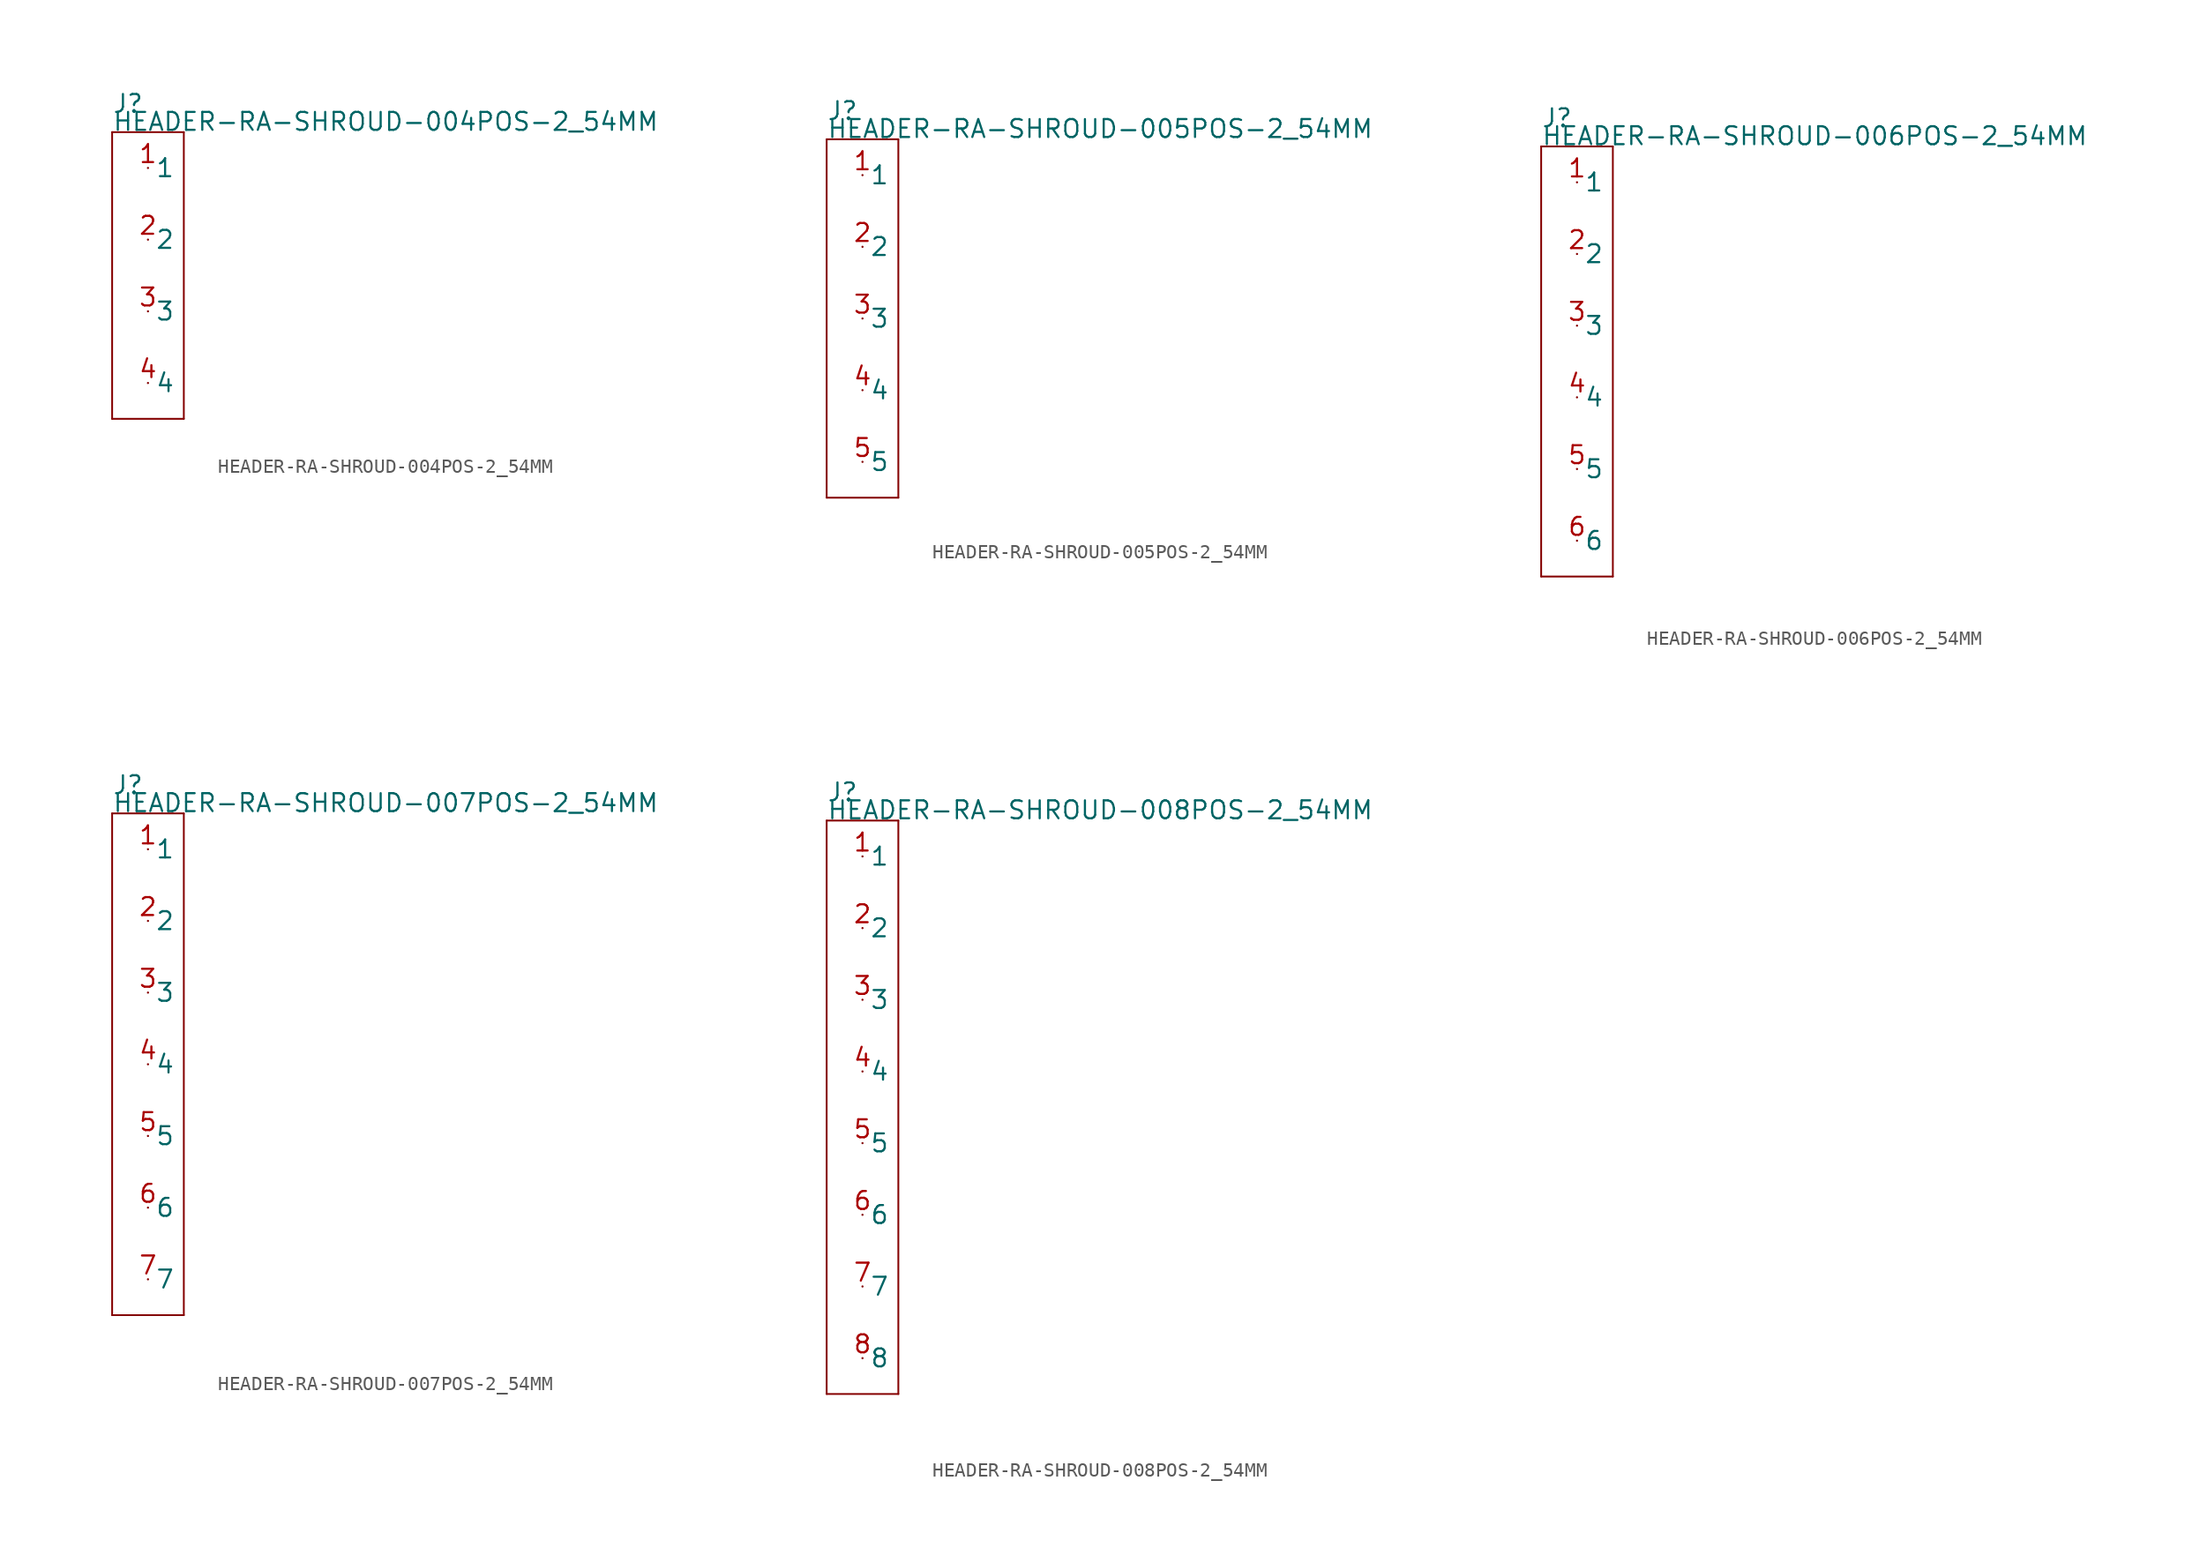
<source format=kicad_sym>
(kicad_symbol_lib
  (version 20211014)
  (generator kicad_symbol_editor)
  (symbol "HEADER-RA-SHROUD-004POS-2_54MM"
    (pin_names)
    (property "Reference" "J"
      (at -2.54 11.43 0)
      (effects (font (size 1.27 1.27)) (justify left bottom)))
    (property "Value" "HEADER-RA-SHROUD-004POS-2_54MM"
      (at -2.54 10.16 0)
      (effects (font (size 1.27 1.27)) (justify left bottom)))
    (property "Datasheet" ""
      (at 0 0 0))
    (property "ki_description" "Header RA Shroud 4POS  - Header Right Angle with Shroud 4POS 2.54MM Technical Specifications: Pitch: 0.1\" (2.54mm) "
      (at 0 0 0))
    (property "ki_fp_filters" "FlashPCB_Connectors:HEADER-RA-SHROUD-004POS-THT-2_54MM FlashPCB_Connectors:HEADER-RA-SHROUD-004POS-THT-LONG-2_54MM"
      (at 0 0 0))
    (symbol "HEADER-RA-SHROUD-004POS-2_54MM_1_1"
      (polyline (pts (xy -2.54 10.16) (xy 2.54 10.16)) (stroke (width 0.127)) (fill (type none)))
      (polyline (pts (xy 2.54 10.16) (xy 2.54 -10.16)) (stroke (width 0.127)) (fill (type none)))
      (polyline (pts (xy 2.54 -10.16) (xy -2.54 -10.16)) (stroke (width 0.127)) (fill (type none)))
      (polyline (pts (xy -2.54 -10.16) (xy -2.54 10.16)) (stroke (width 0.127)) (fill (type none)))
      (pin bidirectional line (at 0 7.62 0) (length 0) (name "1" (effects (font (size 1.27 1.27)))) (number "1" (effects (font (size 1.27 1.27)))))
      (pin bidirectional line (at 0 2.54 0) (length 0) (name "2" (effects (font (size 1.27 1.27)))) (number "2" (effects (font (size 1.27 1.27)))))
      (pin bidirectional line (at 0 -2.54 0) (length 0) (name "3" (effects (font (size 1.27 1.27)))) (number "3" (effects (font (size 1.27 1.27)))))
      (pin bidirectional line (at 0 -7.62 0) (length 0) (name "4" (effects (font (size 1.27 1.27)))) (number "4" (effects (font (size 1.27 1.27)))))))
  (symbol "HEADER-RA-SHROUD-005POS-2_54MM"
    (pin_names)
    (property "Reference" "J"
      (at -2.54 13.97 0)
      (effects (font (size 1.27 1.27)) (justify left bottom)))
    (property "Value" "HEADER-RA-SHROUD-005POS-2_54MM"
      (at -2.54 12.7 0)
      (effects (font (size 1.27 1.27)) (justify left bottom)))
    (property "Datasheet" ""
      (at 0 0 0))
    (property "ki_description" "Header RA Shroud 5POS  - Header Right Angle with Shroud 5POS 2.54MM Technical Specifications: Pitch: 0.1\" (2.54mm) "
      (at 0 0 0))
    (property "ki_fp_filters" "FlashPCB_Connectors:HEADER-RA-SHROUD-005POS-THT-2_54MM FlashPCB_Connectors:HEADER-RA-SHROUD-005POS-THT-LONG-2_54MM"
      (at 0 0 0))
    (symbol "HEADER-RA-SHROUD-005POS-2_54MM_1_1"
      (polyline (pts (xy -2.54 12.7) (xy 2.54 12.7)) (stroke (width 0.127)) (fill (type none)))
      (polyline (pts (xy 2.54 12.7) (xy 2.54 -12.7)) (stroke (width 0.127)) (fill (type none)))
      (polyline (pts (xy 2.54 -12.7) (xy -2.54 -12.7)) (stroke (width 0.127)) (fill (type none)))
      (polyline (pts (xy -2.54 -12.7) (xy -2.54 12.7)) (stroke (width 0.127)) (fill (type none)))
      (pin bidirectional line (at 0 10.16 0) (length 0) (name "1" (effects (font (size 1.27 1.27)))) (number "1" (effects (font (size 1.27 1.27)))))
      (pin bidirectional line (at 0 5.08 0) (length 0) (name "2" (effects (font (size 1.27 1.27)))) (number "2" (effects (font (size 1.27 1.27)))))
      (pin bidirectional line (at 0 0 0) (length 0) (name "3" (effects (font (size 1.27 1.27)))) (number "3" (effects (font (size 1.27 1.27)))))
      (pin bidirectional line (at 0 -5.08 0) (length 0) (name "4" (effects (font (size 1.27 1.27)))) (number "4" (effects (font (size 1.27 1.27)))))
      (pin bidirectional line (at 0 -10.16 0) (length 0) (name "5" (effects (font (size 1.27 1.27)))) (number "5" (effects (font (size 1.27 1.27)))))))
  (symbol "HEADER-RA-SHROUD-006POS-2_54MM"
    (pin_names)
    (property "Reference" "J"
      (at -2.54 16.51 0)
      (effects (font (size 1.27 1.27)) (justify left bottom)))
    (property "Value" "HEADER-RA-SHROUD-006POS-2_54MM"
      (at -2.54 15.24 0)
      (effects (font (size 1.27 1.27)) (justify left bottom)))
    (property "Datasheet" ""
      (at 0 0 0))
    (property "ki_description" "Header RA Shroud 6POS  - Header Right Angle with Shroud 6POS 2.54MM Technical Specifications: Pitch: 0.1\" (2.54mm) "
      (at 0 0 0))
    (property "ki_fp_filters" "FlashPCB_Connectors:HEADER-RA-SHROUD-006POS-THT-2_54MM FlashPCB_Connectors:HEADER-RA-SHROUD-006POS-THT-LONG-2_54MM"
      (at 0 0 0))
    (symbol "HEADER-RA-SHROUD-006POS-2_54MM_1_1"
      (polyline (pts (xy -2.54 15.24) (xy 2.54 15.24)) (stroke (width 0.127)) (fill (type none)))
      (polyline (pts (xy 2.54 15.24) (xy 2.54 -15.24)) (stroke (width 0.127)) (fill (type none)))
      (polyline (pts (xy 2.54 -15.24) (xy -2.54 -15.24)) (stroke (width 0.127)) (fill (type none)))
      (polyline (pts (xy -2.54 -15.24) (xy -2.54 15.24)) (stroke (width 0.127)) (fill (type none)))
      (pin bidirectional line (at 0 12.7 0) (length 0) (name "1" (effects (font (size 1.27 1.27)))) (number "1" (effects (font (size 1.27 1.27)))))
      (pin bidirectional line (at 0 7.62 0) (length 0) (name "2" (effects (font (size 1.27 1.27)))) (number "2" (effects (font (size 1.27 1.27)))))
      (pin bidirectional line (at 0 2.54 0) (length 0) (name "3" (effects (font (size 1.27 1.27)))) (number "3" (effects (font (size 1.27 1.27)))))
      (pin bidirectional line (at 0 -2.54 0) (length 0) (name "4" (effects (font (size 1.27 1.27)))) (number "4" (effects (font (size 1.27 1.27)))))
      (pin bidirectional line (at 0 -7.62 0) (length 0) (name "5" (effects (font (size 1.27 1.27)))) (number "5" (effects (font (size 1.27 1.27)))))
      (pin bidirectional line (at 0 -12.7 0) (length 0) (name "6" (effects (font (size 1.27 1.27)))) (number "6" (effects (font (size 1.27 1.27)))))))
  (symbol "HEADER-RA-SHROUD-007POS-2_54MM"
    (pin_names)
    (property "Reference" "J"
      (at -2.54 19.05 0)
      (effects (font (size 1.27 1.27)) (justify left bottom)))
    (property "Value" "HEADER-RA-SHROUD-007POS-2_54MM"
      (at -2.54 17.78 0)
      (effects (font (size 1.27 1.27)) (justify left bottom)))
    (property "Datasheet" ""
      (at 0 0 0))
    (property "ki_description" "Header RA Shroud 7POS  - Header Right Angle with Shroud 7POS 2.54MM Technical Specifications: Pitch: 0.1\" (2.54mm) "
      (at 0 0 0))
    (property "ki_fp_filters" "FlashPCB_Connectors:HEADER-RA-SHROUD-007POS-THT-2_54MM FlashPCB_Connectors:HEADER-RA-SHROUD-007POS-THT-LONG-2_54MM"
      (at 0 0 0))
    (symbol "HEADER-RA-SHROUD-007POS-2_54MM_1_1"
      (polyline (pts (xy -2.54 17.78) (xy 2.54 17.78)) (stroke (width 0.127)) (fill (type none)))
      (polyline (pts (xy 2.54 17.78) (xy 2.54 -17.78)) (stroke (width 0.127)) (fill (type none)))
      (polyline (pts (xy 2.54 -17.78) (xy -2.54 -17.78)) (stroke (width 0.127)) (fill (type none)))
      (polyline (pts (xy -2.54 -17.78) (xy -2.54 17.78)) (stroke (width 0.127)) (fill (type none)))
      (pin bidirectional line (at 0 15.24 0) (length 0) (name "1" (effects (font (size 1.27 1.27)))) (number "1" (effects (font (size 1.27 1.27)))))
      (pin bidirectional line (at 0 10.16 0) (length 0) (name "2" (effects (font (size 1.27 1.27)))) (number "2" (effects (font (size 1.27 1.27)))))
      (pin bidirectional line (at 0 5.08 0) (length 0) (name "3" (effects (font (size 1.27 1.27)))) (number "3" (effects (font (size 1.27 1.27)))))
      (pin bidirectional line (at 0 0 0) (length 0) (name "4" (effects (font (size 1.27 1.27)))) (number "4" (effects (font (size 1.27 1.27)))))
      (pin bidirectional line (at 0 -5.08 0) (length 0) (name "5" (effects (font (size 1.27 1.27)))) (number "5" (effects (font (size 1.27 1.27)))))
      (pin bidirectional line (at 0 -10.16 0) (length 0) (name "6" (effects (font (size 1.27 1.27)))) (number "6" (effects (font (size 1.27 1.27)))))
      (pin bidirectional line (at 0 -15.24 0) (length 0) (name "7" (effects (font (size 1.27 1.27)))) (number "7" (effects (font (size 1.27 1.27)))))))
  (symbol "HEADER-RA-SHROUD-008POS-2_54MM"
    (pin_names)
    (property "Reference" "J"
      (at -2.54 21.59 0)
      (effects (font (size 1.27 1.27)) (justify left bottom)))
    (property "Value" "HEADER-RA-SHROUD-008POS-2_54MM"
      (at -2.54 20.32 0)
      (effects (font (size 1.27 1.27)) (justify left bottom)))
    (property "Datasheet" ""
      (at 0 0 0))
    (property "ki_description" "Header RA Shroud 8POS  - Header Right Angle with Shroud 8POS 2.54MM Technical Specifications: Pitch: 0.1\" (2.54mm) "
      (at 0 0 0))
    (property "ki_fp_filters" "FlashPCB_Connectors:HEADER-RA-SHROUD-008POS-THT-2_54MM FlashPCB_Connectors:HEADER-RA-SHROUD-008POS-THT-LONG-2_54MM"
      (at 0 0 0))
    (symbol "HEADER-RA-SHROUD-008POS-2_54MM_1_1"
      (polyline (pts (xy -2.54 20.32) (xy 2.54 20.32)) (stroke (width 0.127)) (fill (type none)))
      (polyline (pts (xy 2.54 20.32) (xy 2.54 -20.32)) (stroke (width 0.127)) (fill (type none)))
      (polyline (pts (xy 2.54 -20.32) (xy -2.54 -20.32)) (stroke (width 0.127)) (fill (type none)))
      (polyline (pts (xy -2.54 -20.32) (xy -2.54 20.32)) (stroke (width 0.127)) (fill (type none)))
      (pin bidirectional line (at 0 17.78 0) (length 0) (name "1" (effects (font (size 1.27 1.27)))) (number "1" (effects (font (size 1.27 1.27)))))
      (pin bidirectional line (at 0 12.7 0) (length 0) (name "2" (effects (font (size 1.27 1.27)))) (number "2" (effects (font (size 1.27 1.27)))))
      (pin bidirectional line (at 0 7.62 0) (length 0) (name "3" (effects (font (size 1.27 1.27)))) (number "3" (effects (font (size 1.27 1.27)))))
      (pin bidirectional line (at 0 2.54 0) (length 0) (name "4" (effects (font (size 1.27 1.27)))) (number "4" (effects (font (size 1.27 1.27)))))
      (pin bidirectional line (at 0 -2.54 0) (length 0) (name "5" (effects (font (size 1.27 1.27)))) (number "5" (effects (font (size 1.27 1.27)))))
      (pin bidirectional line (at 0 -7.62 0) (length 0) (name "6" (effects (font (size 1.27 1.27)))) (number "6" (effects (font (size 1.27 1.27)))))
      (pin bidirectional line (at 0 -12.7 0) (length 0) (name "7" (effects (font (size 1.27 1.27)))) (number "7" (effects (font (size 1.27 1.27)))))
      (pin bidirectional line (at 0 -17.78 0) (length 0) (name "8" (effects (font (size 1.27 1.27)))) (number "8" (effects (font (size 1.27 1.27))))))))
</source>
